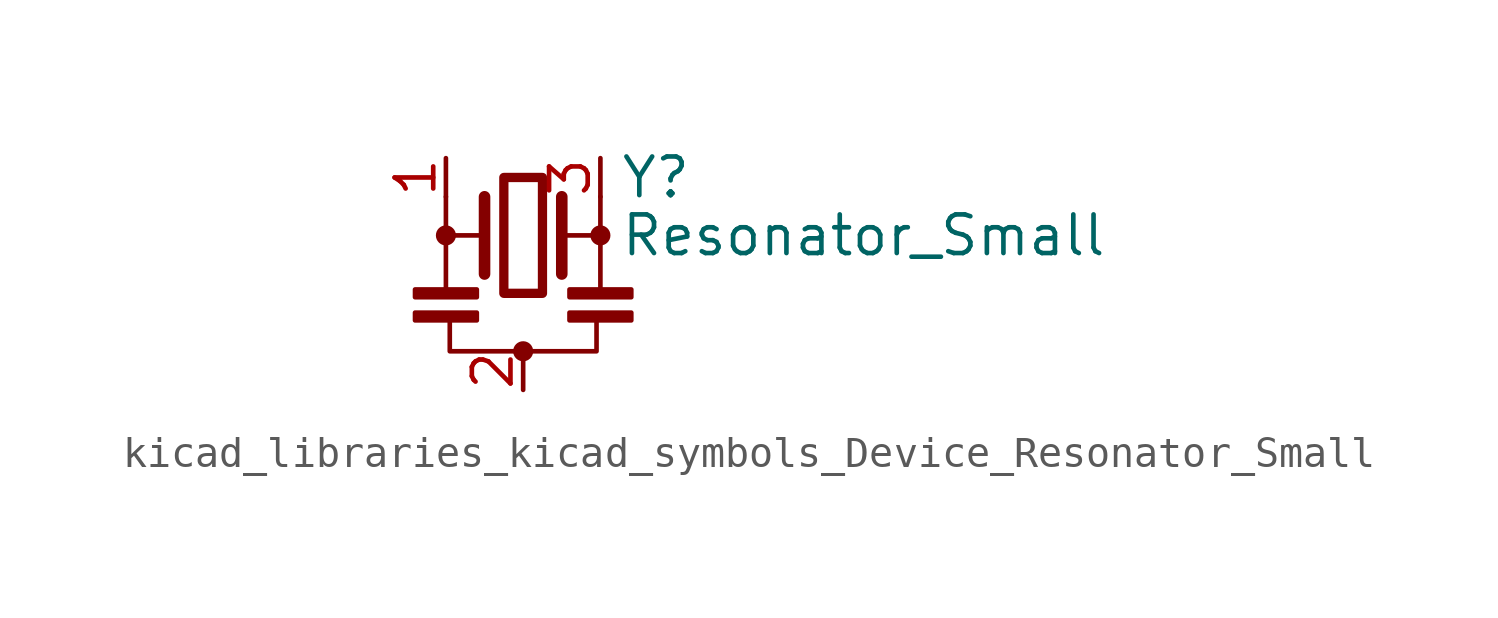
<source format=kicad_sym>
(kicad_symbol_lib
  (version 20220914)
  (generator kicad_symbol_editor)
  (symbol "kicad_libraries_kicad_symbols_Device_Resonator_Small"
    (pin_names
      (offset 1.016) hide)
    (property "Reference" "Y"
      (at 3.175 1.905 0)
      (effects (font (size 1.27 1.27)) (justify left)))
    (property "Value" "Resonator_Small"
      (at 3.175 0 0)
      (effects (font (size 1.27 1.27)) (justify left)))
    (symbol "kicad_libraries_kicad_symbols_Device_Resonator_Small_0_1"
      (rectangle (start -3.556 -2.54) (end -1.524 -2.794) (stroke (width 0) (type default)) (fill (type outline)))
      (rectangle (start -3.556 -1.778) (end -1.524 -2.032) (stroke (width 0) (type default)) (fill (type outline)))
      (circle (center -2.54 0) (radius 0.254) (stroke (width 0) (type default)) (fill (type outline)))
      (rectangle (start -0.635 1.905) (end 0.635 -1.905) (stroke (width 0.305) (type default)) (fill (type none)))
      (circle (center 0 -3.81) (radius 0.254) (stroke (width 0) (type default)) (fill (type outline)))
      (polyline (pts (xy -2.54 -1.778) (xy -2.54 0)) (stroke (width 0) (type default)) (fill (type none)))
      (polyline (pts (xy -2.54 0) (xy -1.397 0)) (stroke (width 0) (type default)) (fill (type none)))
      (polyline (pts (xy -2.54 1.27) (xy -2.54 0)) (stroke (width 0) (type default)) (fill (type none)))
      (polyline (pts (xy -1.27 -1.27) (xy -1.27 1.27)) (stroke (width 0.381) (type default)) (fill (type none)))
      (polyline (pts (xy 1.27 -1.27) (xy 1.27 1.27)) (stroke (width 0.381) (type default)) (fill (type none)))
      (polyline (pts (xy 1.27 0) (xy 2.54 0)) (stroke (width 0) (type default)) (fill (type none)))
      (polyline (pts (xy 2.54 0) (xy 2.54 -1.778)) (stroke (width 0) (type default)) (fill (type none)))
      (polyline (pts (xy 2.54 1.27) (xy 2.54 0)) (stroke (width 0) (type default)) (fill (type none)))
      (polyline (pts (xy 2.413 -2.794) (xy 2.413 -3.81) (xy -2.413 -3.81) (xy -2.413 -2.667)) (stroke (width 0) (type default)) (fill (type none)))
      (rectangle (start 1.524 -2.54) (end 3.556 -2.794) (stroke (width 0) (type default)) (fill (type outline)))
      (rectangle (start 1.524 -1.778) (end 3.556 -2.032) (stroke (width 0) (type default)) (fill (type outline)))
      (circle (center 2.54 0) (radius 0.254) (stroke (width 0) (type default)) (fill (type outline))))
    (symbol "kicad_libraries_kicad_symbols_Device_Resonator_Small_1_1"
      (pin passive line (at -2.54 2.54 270) (length 1.27) (name "1" (effects (font (size 1.27 1.27)))) (number "1" (effects (font (size 1.27 1.27)))))
      (pin passive line (at 0 -5.08 90) (length 1.27) (name "2" (effects (font (size 1.27 1.27)))) (number "2" (effects (font (size 1.27 1.27)))))
      (pin passive line (at 2.54 2.54 270) (length 1.27) (name "3" (effects (font (size 1.27 1.27)))) (number "3" (effects (font (size 1.27 1.27))))))))
</source>
